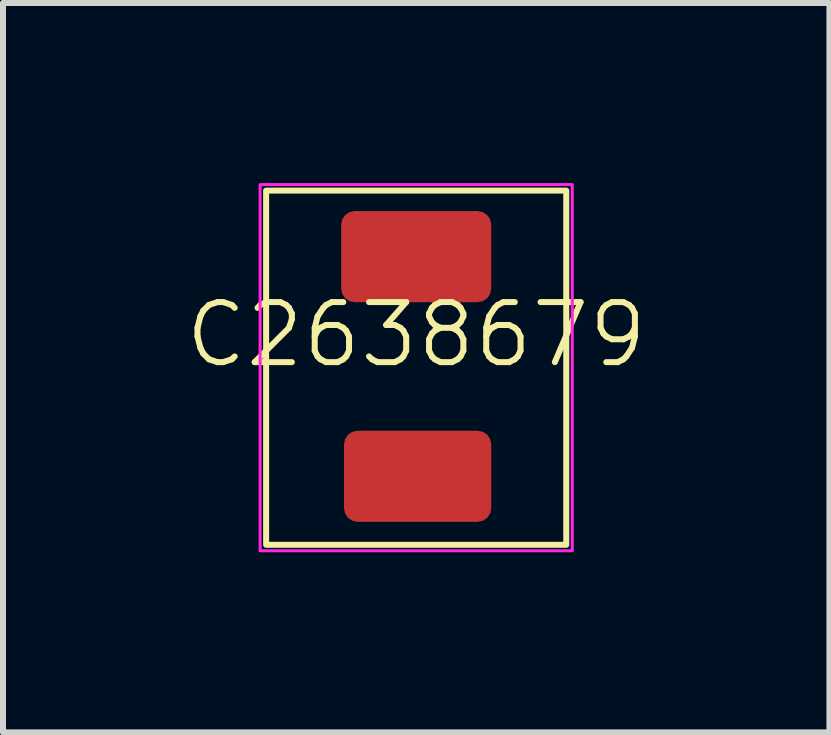
<source format=kicad_pcb>
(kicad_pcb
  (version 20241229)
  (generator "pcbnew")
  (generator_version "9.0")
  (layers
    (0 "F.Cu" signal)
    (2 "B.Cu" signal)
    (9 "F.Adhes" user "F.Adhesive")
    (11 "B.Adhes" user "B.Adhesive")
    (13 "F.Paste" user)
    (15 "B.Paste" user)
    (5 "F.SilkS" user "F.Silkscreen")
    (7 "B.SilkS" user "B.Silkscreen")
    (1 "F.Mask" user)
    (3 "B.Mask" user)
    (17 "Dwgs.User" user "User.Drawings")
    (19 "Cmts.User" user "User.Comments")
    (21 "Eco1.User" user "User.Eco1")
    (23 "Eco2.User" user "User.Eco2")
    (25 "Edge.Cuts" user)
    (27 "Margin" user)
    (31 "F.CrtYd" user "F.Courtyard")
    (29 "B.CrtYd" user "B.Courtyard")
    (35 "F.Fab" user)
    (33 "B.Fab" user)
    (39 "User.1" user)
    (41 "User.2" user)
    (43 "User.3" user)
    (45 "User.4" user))
  (footprint "C2638679"
    (layer "F.Cu")
    (at 3.883 3.025)
    (property "Reference" "C2638679" (at 0 -0.5 0) (unlocked yes) (layer "F.SilkS") (effects (font (size 1 1) (thickness 0.1))))
    (attr smd)
    (fp_rect (start -2.5 -2.9) (end 2.5 3) (stroke (width 0.1) (type default)) (fill no) (layer "F.SilkS"))
    (fp_rect (start -2.6 -3) (end 2.6 3.1) (stroke (width 0.05) (type default)) (fill no) (layer "F.CrtYd"))
    (pad "1" smd roundrect (at 0 -1.8) (size 2.5 1.518) (layers "F.Cu" "F.Mask" "F.Paste") (roundrect_rratio 0.15))
    (pad "2" smd roundrect (at 0.024 1.859) (size 2.453 1.518) (layers "F.Cu" "F.Mask" "F.Paste") (roundrect_rratio 0.15)))
  (gr_rect
    (start -3 -3)
    (end 10.767 9.15)
    (stroke (width 0.1) (type default))
    (fill no)
    (layer "Edge.Cuts")))
</source>
